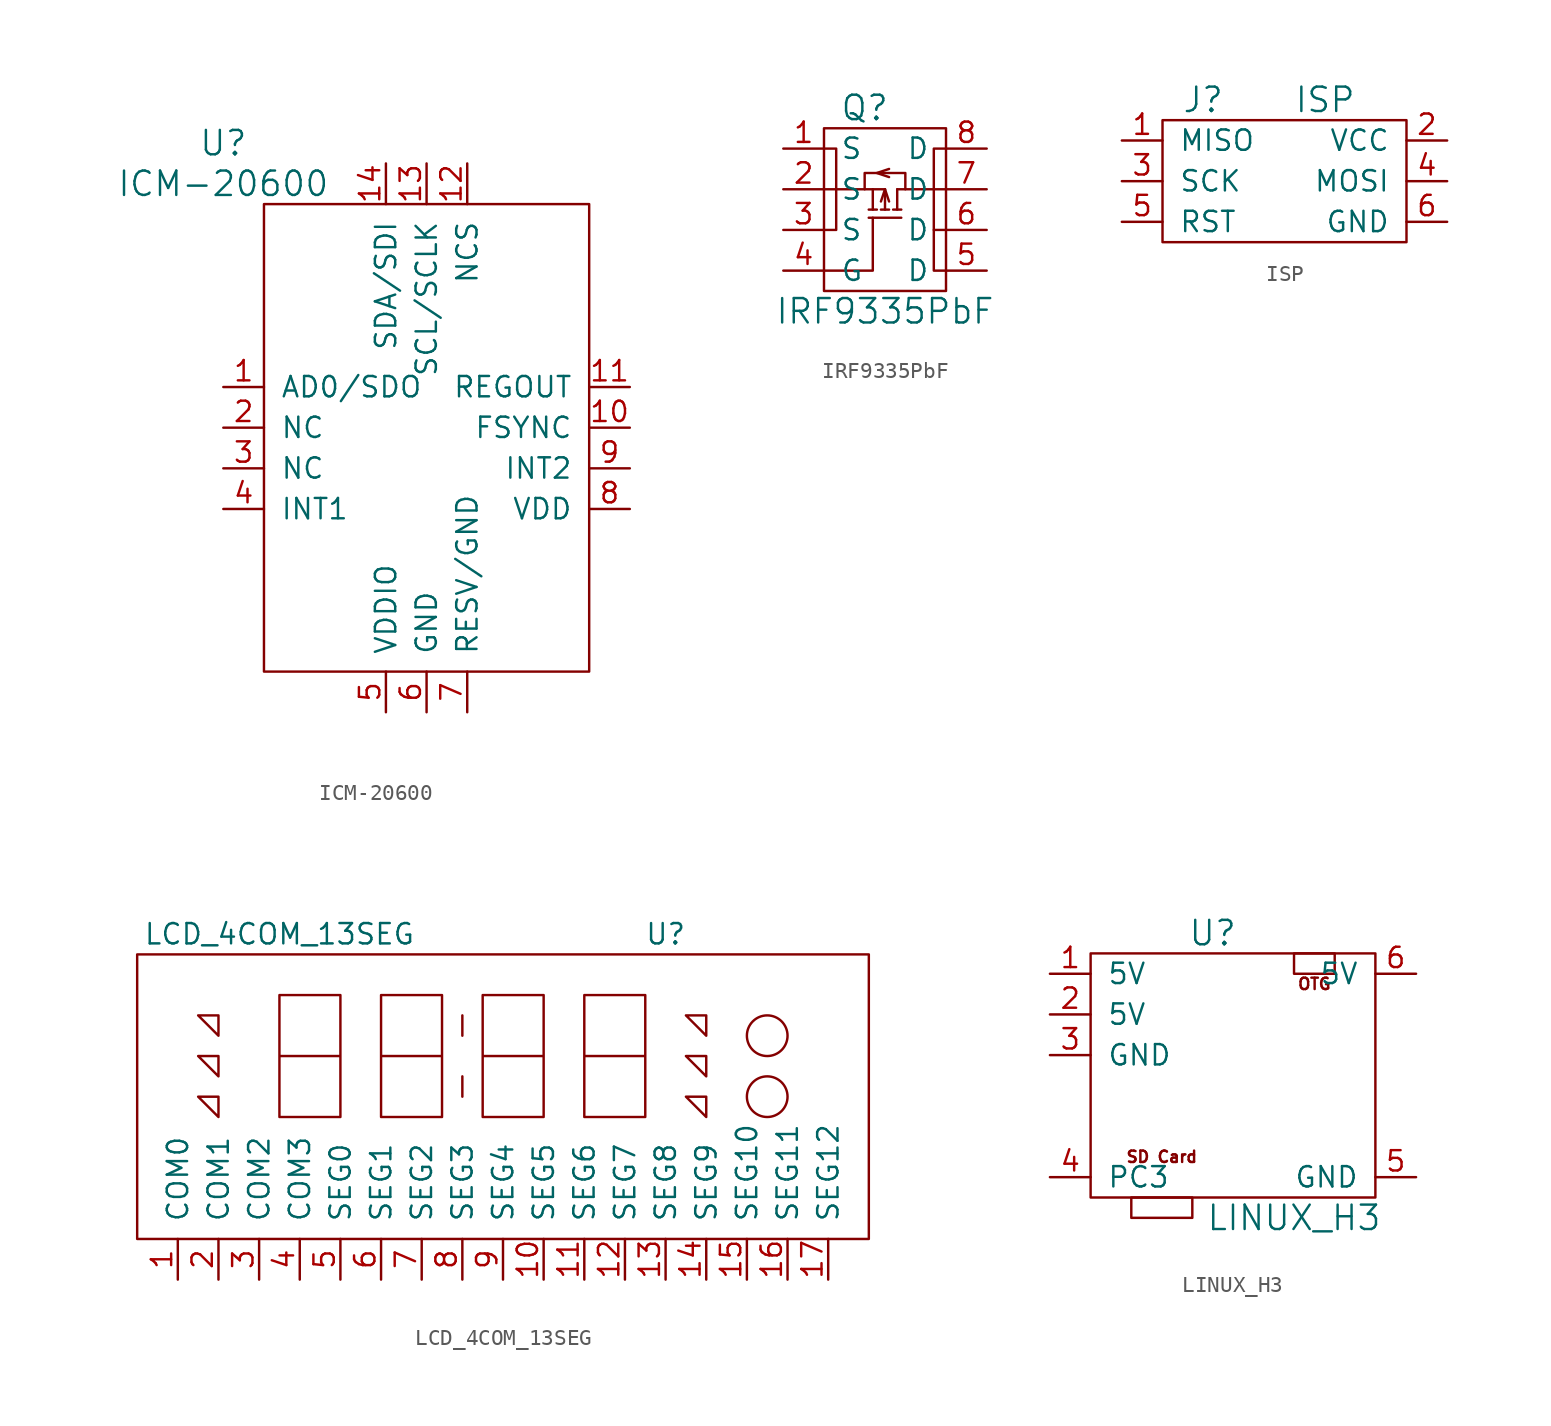
<source format=kicad_sym>
(kicad_symbol_lib
  (version 20220914)
  (generator kicad_symbol_editor)
  (symbol "ICM-20600"
    (pin_names
      (offset 1.016))
    (property "Reference" "U"
      (at -2.54 3.81 0)
      (effects (font (size 1.524 1.524))))
    (property "Value" "ICM-20600"
      (at -2.54 1.27 0)
      (effects (font (size 1.524 1.524))))
    (symbol "ICM-20600_0_1"
      (rectangle (start 0 0) (end 20.32 -29.21) (stroke (width 0) (type default)) (fill (type none))))
    (symbol "ICM-20600_1_1"
      (pin bidirectional line (at -2.54 -11.43 0) (length 2.54) (name "AD0/SDO" (effects (font (size 1.27 1.27)))) (number "1" (effects (font (size 1.27 1.27)))))
      (pin input line (at 22.86 -13.97 180) (length 2.54) (name "FSYNC" (effects (font (size 1.27 1.27)))) (number "10" (effects (font (size 1.27 1.27)))))
      (pin passive line (at 22.86 -11.43 180) (length 2.54) (name "REGOUT" (effects (font (size 1.27 1.27)))) (number "11" (effects (font (size 1.27 1.27)))))
      (pin input line (at 12.7 2.54 270) (length 2.54) (name "NCS" (effects (font (size 1.27 1.27)))) (number "12" (effects (font (size 1.27 1.27)))))
      (pin input line (at 10.16 2.54 270) (length 2.54) (name "SCL/SCLK" (effects (font (size 1.27 1.27)))) (number "13" (effects (font (size 1.27 1.27)))))
      (pin input line (at 7.62 2.54 270) (length 2.54) (name "SDA/SDI" (effects (font (size 1.27 1.27)))) (number "14" (effects (font (size 1.27 1.27)))))
      (pin passive line (at -2.54 -13.97 0) (length 2.54) (name "NC" (effects (font (size 1.27 1.27)))) (number "2" (effects (font (size 1.27 1.27)))))
      (pin passive line (at -2.54 -16.51 0) (length 2.54) (name "NC" (effects (font (size 1.27 1.27)))) (number "3" (effects (font (size 1.27 1.27)))))
      (pin output line (at -2.54 -19.05 0) (length 2.54) (name "INT1" (effects (font (size 1.27 1.27)))) (number "4" (effects (font (size 1.27 1.27)))))
      (pin power_in line (at 7.62 -31.75 90) (length 2.54) (name "VDDIO" (effects (font (size 1.27 1.27)))) (number "5" (effects (font (size 1.27 1.27)))))
      (pin power_in line (at 10.16 -31.75 90) (length 2.54) (name "GND" (effects (font (size 1.27 1.27)))) (number "6" (effects (font (size 1.27 1.27)))))
      (pin passive line (at 12.7 -31.75 90) (length 2.54) (name "RESV/GND" (effects (font (size 1.27 1.27)))) (number "7" (effects (font (size 1.27 1.27)))))
      (pin power_in line (at 22.86 -19.05 180) (length 2.54) (name "VDD" (effects (font (size 1.27 1.27)))) (number "8" (effects (font (size 1.27 1.27)))))
      (pin output line (at 22.86 -16.51 180) (length 2.54) (name "INT2" (effects (font (size 1.27 1.27)))) (number "9" (effects (font (size 1.27 1.27)))))))
  (symbol "IRF9335PbF"
    (pin_names
      (offset 1.016))
    (property "Reference" "Q"
      (at -1.27 6.35 0)
      (effects (font (size 1.524 1.524))))
    (property "Value" "IRF9335PbF"
      (at 0 -6.35 0)
      (effects (font (size 1.524 1.524))))
    (property "Footprint" ""
      (at 0 0 0)
      (effects (font (size 1.524 1.524))))
    (property "Datasheet" ""
      (at 0 0 0)
      (effects (font (size 1.524 1.524))))
    (symbol "IRF9335PbF_0_1"
      (rectangle (start -3.81 5.08) (end 3.81 -5.08) (stroke (width 0) (type default)) (fill (type none)))
      (polyline (pts (xy -3.81 1.27) (xy 0 1.27)) (stroke (width 0) (type default)) (fill (type none)))
      (polyline (pts (xy -1.016 -0.508) (xy 1.016 -0.508)) (stroke (width 0) (type default)) (fill (type none)))
      (polyline (pts (xy -0.762 0) (xy -0.762 1.27)) (stroke (width 0) (type default)) (fill (type none)))
      (polyline (pts (xy -0.508 0) (xy -1.016 0)) (stroke (width 0) (type default)) (fill (type none)))
      (polyline (pts (xy -0.254 0) (xy 0.254 0)) (stroke (width 0) (type default)) (fill (type none)))
      (polyline (pts (xy 0 1.27) (xy 0 0)) (stroke (width 0) (type default)) (fill (type none)))
      (polyline (pts (xy 0.508 0) (xy 1.016 0)) (stroke (width 0) (type default)) (fill (type none)))
      (polyline (pts (xy 0.762 1.27) (xy 0.762 0)) (stroke (width 0) (type default)) (fill (type none)))
      (polyline (pts (xy 3.81 -1.27) (xy 3.048 -1.27)) (stroke (width 0) (type default)) (fill (type none)))
      (polyline (pts (xy 3.81 1.27) (xy 0.762 1.27)) (stroke (width 0) (type default)) (fill (type none)))
      (polyline (pts (xy -0.762 -0.508) (xy -0.762 -3.81) (xy -3.81 -3.81)) (stroke (width 0) (type default)) (fill (type none)))
      (polyline (pts (xy -0.254 0.508) (xy 0 1.27) (xy 0.254 0.508)) (stroke (width 0) (type default)) (fill (type none)))
      (polyline (pts (xy 0.254 2.54) (xy -0.508 2.286) (xy 0.254 2.032)) (stroke (width 0) (type default)) (fill (type none)))
      (polyline (pts (xy -3.81 3.81) (xy -3.048 3.81) (xy -3.048 -1.27) (xy -3.81 -1.27)) (stroke (width 0) (type default)) (fill (type none)))
      (polyline (pts (xy -1.27 1.27) (xy -1.27 2.286) (xy 1.27 2.286) (xy 1.27 1.27)) (stroke (width 0) (type default)) (fill (type none)))
      (polyline (pts (xy 3.81 3.81) (xy 3.048 3.81) (xy 3.048 -3.81) (xy 3.81 -3.81)) (stroke (width 0) (type default)) (fill (type none))))
    (symbol "IRF9335PbF_1_1"
      (pin input line (at -6.35 3.81 0) (length 2.54) (name "S" (effects (font (size 1.27 1.27)))) (number "1" (effects (font (size 1.27 1.27)))))
      (pin input line (at -6.35 1.27 0) (length 2.54) (name "S" (effects (font (size 1.27 1.27)))) (number "2" (effects (font (size 1.27 1.27)))))
      (pin input line (at -6.35 -1.27 0) (length 2.54) (name "S" (effects (font (size 1.27 1.27)))) (number "3" (effects (font (size 1.27 1.27)))))
      (pin input line (at -6.35 -3.81 0) (length 2.54) (name "G" (effects (font (size 1.27 1.27)))) (number "4" (effects (font (size 1.27 1.27)))))
      (pin input line (at 6.35 -3.81 180) (length 2.54) (name "D" (effects (font (size 1.27 1.27)))) (number "5" (effects (font (size 1.27 1.27)))))
      (pin input line (at 6.35 -1.27 180) (length 2.54) (name "D" (effects (font (size 1.27 1.27)))) (number "6" (effects (font (size 1.27 1.27)))))
      (pin input line (at 6.35 1.27 180) (length 2.54) (name "D" (effects (font (size 1.27 1.27)))) (number "7" (effects (font (size 1.27 1.27)))))
      (pin input line (at 6.35 3.81 180) (length 2.54) (name "D" (effects (font (size 1.27 1.27)))) (number "8" (effects (font (size 1.27 1.27)))))))
  (symbol "ISP"
    (pin_names
      (offset 1.016))
    (property "Reference" "J"
      (at -5.08 6.35 0)
      (effects (font (size 1.524 1.524))))
    (property "Value" "ISP"
      (at 2.54 6.35 0)
      (effects (font (size 1.524 1.524))))
    (property "Footprint" ""
      (at 0 0 0)
      (effects (font (size 1.524 1.524))))
    (property "Datasheet" ""
      (at 0 0 0)
      (effects (font (size 1.524 1.524))))
    (symbol "ISP_0_0"
      (rectangle (start -7.62 5.08) (end 7.62 -2.54) (stroke (width 0) (type default)) (fill (type none))))
    (symbol "ISP_1_1"
      (pin bidirectional line (at -10.16 3.81 0) (length 2.54) (name "MISO" (effects (font (size 1.27 1.27)))) (number "1" (effects (font (size 1.27 1.27)))))
      (pin bidirectional line (at 10.16 3.81 180) (length 2.54) (name "VCC" (effects (font (size 1.27 1.27)))) (number "2" (effects (font (size 1.27 1.27)))))
      (pin bidirectional line (at -10.16 1.27 0) (length 2.54) (name "SCK" (effects (font (size 1.27 1.27)))) (number "3" (effects (font (size 1.27 1.27)))))
      (pin bidirectional line (at 10.16 1.27 180) (length 2.54) (name "MOSI" (effects (font (size 1.27 1.27)))) (number "4" (effects (font (size 1.27 1.27)))))
      (pin bidirectional line (at -10.16 -1.27 0) (length 2.54) (name "RST" (effects (font (size 1.27 1.27)))) (number "5" (effects (font (size 1.27 1.27)))))
      (pin bidirectional line (at 10.16 -1.27 180) (length 2.54) (name "GND" (effects (font (size 1.27 1.27)))) (number "6" (effects (font (size 1.27 1.27)))))))
  (symbol "LCD_4COM_13SEG"
    (pin_names
      (offset 1.016))
    (property "Reference" "U"
      (at 33.02 19.05 0)
      (effects (font (size 1.27 1.27))))
    (property "Value" "LCD_4COM_13SEG"
      (at 8.89 19.05 0)
      (effects (font (size 1.27 1.27))))
    (symbol "LCD_4COM_13SEG_0_1"
      (polyline (pts (xy 20.32 10.16) (xy 20.32 8.89)) (stroke (width 0) (type default)) (fill (type none)))
      (polyline (pts (xy 20.32 13.97) (xy 20.32 12.7)) (stroke (width 0) (type default)) (fill (type none)))
      (polyline (pts (xy 3.81 8.89) (xy 5.08 8.89) (xy 5.08 7.62) (xy 3.81 8.89)) (stroke (width 0) (type default)) (fill (type none)))
      (polyline (pts (xy 3.81 11.43) (xy 5.08 11.43) (xy 5.08 10.16) (xy 3.81 11.43)) (stroke (width 0) (type default)) (fill (type none)))
      (polyline (pts (xy 3.81 13.97) (xy 5.08 13.97) (xy 5.08 12.7) (xy 3.81 13.97)) (stroke (width 0) (type default)) (fill (type none)))
      (polyline (pts (xy 34.29 8.89) (xy 35.56 8.89) (xy 35.56 7.62) (xy 34.29 8.89)) (stroke (width 0) (type default)) (fill (type none)))
      (polyline (pts (xy 34.29 11.43) (xy 35.56 11.43) (xy 35.56 10.16) (xy 34.29 11.43)) (stroke (width 0) (type default)) (fill (type none)))
      (polyline (pts (xy 34.29 13.97) (xy 35.56 13.97) (xy 35.56 12.7) (xy 34.29 13.97)) (stroke (width 0) (type default)) (fill (type none)))
      (polyline (pts (xy 8.89 11.43) (xy 8.89 7.62) (xy 12.7 7.62) (xy 12.7 15.24) (xy 8.89 15.24) (xy 8.89 11.43) (xy 12.7 11.43)) (stroke (width 0) (type default)) (fill (type none)))
      (polyline (pts (xy 15.24 11.43) (xy 15.24 7.62) (xy 19.05 7.62) (xy 19.05 15.24) (xy 15.24 15.24) (xy 15.24 11.43) (xy 19.05 11.43)) (stroke (width 0) (type default)) (fill (type none)))
      (polyline (pts (xy 21.59 11.43) (xy 21.59 7.62) (xy 25.4 7.62) (xy 25.4 15.24) (xy 21.59 15.24) (xy 21.59 11.43) (xy 25.4 11.43)) (stroke (width 0) (type default)) (fill (type none)))
      (polyline (pts (xy 27.94 11.43) (xy 27.94 7.62) (xy 31.75 7.62) (xy 31.75 15.24) (xy 27.94 15.24) (xy 27.94 11.43) (xy 31.75 11.43)) (stroke (width 0) (type default)) (fill (type none)))
      (rectangle (start 0 0) (end 45.72 17.78) (stroke (width 0) (type default)) (fill (type none)))
      (circle (center 39.37 8.89) (radius 1.27) (stroke (width 0) (type default)) (fill (type none)))
      (circle (center 39.37 12.7) (radius 1.27) (stroke (width 0) (type default)) (fill (type none))))
    (symbol "LCD_4COM_13SEG_1_1"
      (pin input line (at 2.54 -2.54 90) (length 2.54) (name "COM0" (effects (font (size 1.27 1.27)))) (number "1" (effects (font (size 1.27 1.27)))))
      (pin input line (at 25.4 -2.54 90) (length 2.54) (name "SEG5" (effects (font (size 1.27 1.27)))) (number "10" (effects (font (size 1.27 1.27)))))
      (pin input line (at 27.94 -2.54 90) (length 2.54) (name "SEG6" (effects (font (size 1.27 1.27)))) (number "11" (effects (font (size 1.27 1.27)))))
      (pin input line (at 30.48 -2.54 90) (length 2.54) (name "SEG7" (effects (font (size 1.27 1.27)))) (number "12" (effects (font (size 1.27 1.27)))))
      (pin input line (at 33.02 -2.54 90) (length 2.54) (name "SEG8" (effects (font (size 1.27 1.27)))) (number "13" (effects (font (size 1.27 1.27)))))
      (pin input line (at 35.56 -2.54 90) (length 2.54) (name "SEG9" (effects (font (size 1.27 1.27)))) (number "14" (effects (font (size 1.27 1.27)))))
      (pin input line (at 38.1 -2.54 90) (length 2.54) (name "SEG10" (effects (font (size 1.27 1.27)))) (number "15" (effects (font (size 1.27 1.27)))))
      (pin input line (at 40.64 -2.54 90) (length 2.54) (name "SEG11" (effects (font (size 1.27 1.27)))) (number "16" (effects (font (size 1.27 1.27)))))
      (pin input line (at 43.18 -2.54 90) (length 2.54) (name "SEG12" (effects (font (size 1.27 1.27)))) (number "17" (effects (font (size 1.27 1.27)))))
      (pin input line (at 5.08 -2.54 90) (length 2.54) (name "COM1" (effects (font (size 1.27 1.27)))) (number "2" (effects (font (size 1.27 1.27)))))
      (pin input line (at 7.62 -2.54 90) (length 2.54) (name "COM2" (effects (font (size 1.27 1.27)))) (number "3" (effects (font (size 1.27 1.27)))))
      (pin input line (at 10.16 -2.54 90) (length 2.54) (name "COM3" (effects (font (size 1.27 1.27)))) (number "4" (effects (font (size 1.27 1.27)))))
      (pin input line (at 12.7 -2.54 90) (length 2.54) (name "SEG0" (effects (font (size 1.27 1.27)))) (number "5" (effects (font (size 1.27 1.27)))))
      (pin input line (at 15.24 -2.54 90) (length 2.54) (name "SEG1" (effects (font (size 1.27 1.27)))) (number "6" (effects (font (size 1.27 1.27)))))
      (pin input line (at 17.78 -2.54 90) (length 2.54) (name "SEG2" (effects (font (size 1.27 1.27)))) (number "7" (effects (font (size 1.27 1.27)))))
      (pin input line (at 20.32 -2.54 90) (length 2.54) (name "SEG3" (effects (font (size 1.27 1.27)))) (number "8" (effects (font (size 1.27 1.27)))))
      (pin input line (at 22.86 -2.54 90) (length 2.54) (name "SEG4" (effects (font (size 1.27 1.27)))) (number "9" (effects (font (size 1.27 1.27)))))))
  (symbol "LINUX_H3"
    (pin_names
      (offset 1.016))
    (property "Reference" "U"
      (at -1.27 8.89 0)
      (effects (font (size 1.524 1.524))))
    (property "Value" "LINUX_H3"
      (at 3.81 -8.89 0)
      (effects (font (size 1.524 1.524))))
    (symbol "LINUX_H3_0_0"
      (text "OTG" (at 5.08 5.715 0) (effects (font (size 0.711 0.711))))
      (text "SD Card" (at -4.445 -5.08 0) (effects (font (size 0.711 0.711)))))
    (symbol "LINUX_H3_0_1"
      (rectangle (start -8.89 7.62) (end 8.89 -7.62) (stroke (width 0) (type default)) (fill (type none)))
      (rectangle (start -6.35 -7.62) (end -2.54 -8.89) (stroke (width 0) (type default)) (fill (type none)))
      (rectangle (start 6.35 7.62) (end 3.81 6.35) (stroke (width 0) (type default)) (fill (type none))))
    (symbol "LINUX_H3_1_1"
      (pin input line (at -11.43 6.35 0) (length 2.54) (name "5V" (effects (font (size 1.27 1.27)))) (number "1" (effects (font (size 1.27 1.27)))))
      (pin input line (at -11.43 3.81 0) (length 2.54) (name "5V" (effects (font (size 1.27 1.27)))) (number "2" (effects (font (size 1.27 1.27)))))
      (pin input line (at -11.43 1.27 0) (length 2.54) (name "GND" (effects (font (size 1.27 1.27)))) (number "3" (effects (font (size 1.27 1.27)))))
      (pin input line (at -11.43 -6.35 0) (length 2.54) (name "PC3" (effects (font (size 1.27 1.27)))) (number "4" (effects (font (size 1.27 1.27)))))
      (pin input line (at 11.43 -6.35 180) (length 2.54) (name "GND" (effects (font (size 1.27 1.27)))) (number "5" (effects (font (size 1.27 1.27)))))
      (pin input line (at 11.43 6.35 180) (length 2.54) (name "5V" (effects (font (size 1.27 1.27)))) (number "6" (effects (font (size 1.27 1.27))))))))
</source>
